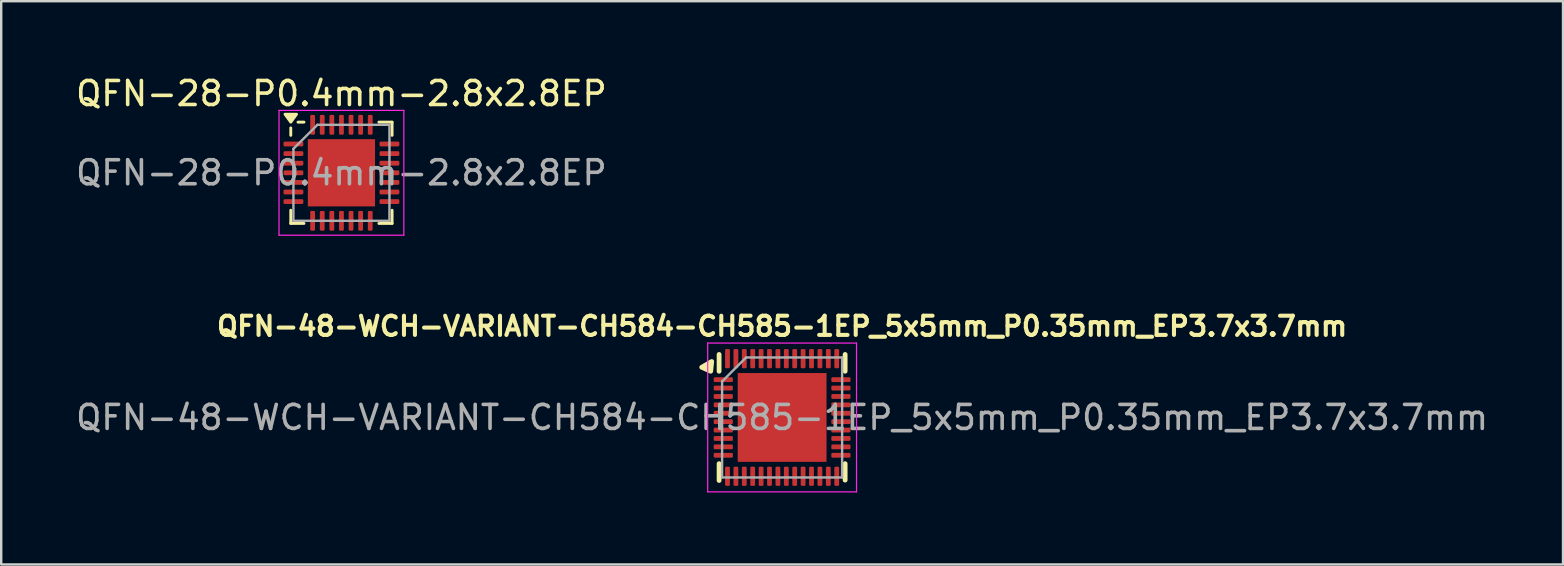
<source format=kicad_pcb>
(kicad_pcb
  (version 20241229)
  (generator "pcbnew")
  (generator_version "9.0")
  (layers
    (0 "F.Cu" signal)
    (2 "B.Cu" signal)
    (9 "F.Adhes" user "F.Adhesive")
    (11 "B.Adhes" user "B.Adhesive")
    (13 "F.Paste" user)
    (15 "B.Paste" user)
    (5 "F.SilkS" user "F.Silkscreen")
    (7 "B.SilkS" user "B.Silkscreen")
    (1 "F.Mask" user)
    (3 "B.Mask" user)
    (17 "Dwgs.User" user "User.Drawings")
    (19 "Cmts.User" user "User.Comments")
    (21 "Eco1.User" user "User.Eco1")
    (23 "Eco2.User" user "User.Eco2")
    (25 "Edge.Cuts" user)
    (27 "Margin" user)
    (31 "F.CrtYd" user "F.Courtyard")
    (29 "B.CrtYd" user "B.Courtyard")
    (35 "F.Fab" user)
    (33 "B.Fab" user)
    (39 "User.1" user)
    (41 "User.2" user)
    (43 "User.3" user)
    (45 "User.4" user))
  (footprint "QFN-28-P0.4mm-2.8x2.8EP"
    (layer "F.Cu")
    (at 11.173 4.148)
    (property "Reference" "QFN-28-P0.4mm-2.8x2.8EP" (at 0 -3.3 0) (layer "F.SilkS") (effects (font (size 1 1) (thickness 0.15))))
    (attr smd)
    (fp_line (start -2.11 -1.56) (end -2.11 -1.87) (stroke (width 0.12) (type solid)) (layer "F.SilkS"))
    (fp_line (start -2.11 2.11) (end -2.11 1.56) (stroke (width 0.12) (type solid)) (layer "F.SilkS"))
    (fp_line (start -1.56 -2.11) (end -1.81 -2.11) (stroke (width 0.12) (type solid)) (layer "F.SilkS"))
    (fp_line (start -1.56 2.11) (end -2.11 2.11) (stroke (width 0.12) (type solid)) (layer "F.SilkS"))
    (fp_line (start 1.56 -2.11) (end 2.11 -2.11) (stroke (width 0.12) (type solid)) (layer "F.SilkS"))
    (fp_line (start 1.56 2.11) (end 2.11 2.11) (stroke (width 0.12) (type solid)) (layer "F.SilkS"))
    (fp_line (start 2.11 -2.11) (end 2.11 -1.56) (stroke (width 0.12) (type solid)) (layer "F.SilkS"))
    (fp_line (start 2.11 2.11) (end 2.11 1.56) (stroke (width 0.12) (type solid)) (layer "F.SilkS"))
    (fp_poly (pts (xy -2.11 -2.11) (xy -2.35 -2.44) (xy -1.87 -2.44) (xy -2.11 -2.11)) (stroke (width 0.12) (type solid)) (fill yes) (layer "F.SilkS"))
    (fp_line (start -2.6 -2.6) (end -2.6 2.6) (stroke (width 0.05) (type solid)) (layer "F.CrtYd"))
    (fp_line (start -2.6 2.6) (end 2.6 2.6) (stroke (width 0.05) (type solid)) (layer "F.CrtYd"))
    (fp_line (start 2.6 -2.6) (end -2.6 -2.6) (stroke (width 0.05) (type solid)) (layer "F.CrtYd"))
    (fp_line (start 2.6 2.6) (end 2.6 -2.6) (stroke (width 0.05) (type solid)) (layer "F.CrtYd"))
    (fp_line (start -2 -1) (end -1 -2) (stroke (width 0.1) (type solid)) (layer "F.Fab"))
    (fp_line (start -2 2) (end -2 -1) (stroke (width 0.1) (type solid)) (layer "F.Fab"))
    (fp_line (start -1 -2) (end 2 -2) (stroke (width 0.1) (type solid)) (layer "F.Fab"))
    (fp_line (start 2 -2) (end 2 2) (stroke (width 0.1) (type solid)) (layer "F.Fab"))
    (fp_line (start 2 2) (end -2 2) (stroke (width 0.1) (type solid)) (layer "F.Fab"))
    (fp_text user "${REFERENCE}" (at 0 0 0) (layer "F.Fab") (effects (font (size 1 1) (thickness 0.15))))
    (pad "" smd roundrect (at -0.575 -0.575) (size 0.93 0.93) (layers "F.Paste") (roundrect_rratio 0.25))
    (pad "" smd roundrect (at -0.575 0.575) (size 0.93 0.93) (layers "F.Paste") (roundrect_rratio 0.25))
    (pad "" smd roundrect (at 0.575 -0.575) (size 0.93 0.93) (layers "F.Paste") (roundrect_rratio 0.25))
    (pad "" smd roundrect (at 0.575 0.575) (size 0.93 0.93) (layers "F.Paste") (roundrect_rratio 0.25))
    (pad "1" smd roundrect (at -2 -1.2) (size 0.825 0.2) (layers "F.Cu" "F.Mask" "F.Paste") (roundrect_rratio 0.25))
    (pad "2" smd roundrect (at -2 -0.8) (size 0.825 0.2) (layers "F.Cu" "F.Mask" "F.Paste") (roundrect_rratio 0.25))
    (pad "3" smd roundrect (at -2 -0.4) (size 0.825 0.2) (layers "F.Cu" "F.Mask" "F.Paste") (roundrect_rratio 0.25))
    (pad "4" smd roundrect (at -2 0) (size 0.825 0.2) (layers "F.Cu" "F.Mask" "F.Paste") (roundrect_rratio 0.25))
    (pad "5" smd roundrect (at -2 0.4) (size 0.825 0.2) (layers "F.Cu" "F.Mask" "F.Paste") (roundrect_rratio 0.25))
    (pad "6" smd roundrect (at -2 0.8) (size 0.825 0.2) (layers "F.Cu" "F.Mask" "F.Paste") (roundrect_rratio 0.25))
    (pad "7" smd roundrect (at -2 1.2) (size 0.825 0.2) (layers "F.Cu" "F.Mask" "F.Paste") (roundrect_rratio 0.25))
    (pad "8" smd roundrect (at -1.2 2) (size 0.2 0.825) (layers "F.Cu" "F.Mask" "F.Paste") (roundrect_rratio 0.25))
    (pad "9" smd roundrect (at -0.8 2) (size 0.2 0.825) (layers "F.Cu" "F.Mask" "F.Paste") (roundrect_rratio 0.25))
    (pad "10" smd roundrect (at -0.4 2) (size 0.2 0.825) (layers "F.Cu" "F.Mask" "F.Paste") (roundrect_rratio 0.25))
    (pad "11" smd roundrect (at 0 2) (size 0.2 0.825) (layers "F.Cu" "F.Mask" "F.Paste") (roundrect_rratio 0.25))
    (pad "12" smd roundrect (at 0.4 2) (size 0.2 0.825) (layers "F.Cu" "F.Mask" "F.Paste") (roundrect_rratio 0.25))
    (pad "13" smd roundrect (at 0.8 2) (size 0.2 0.825) (layers "F.Cu" "F.Mask" "F.Paste") (roundrect_rratio 0.25))
    (pad "14" smd roundrect (at 1.2 2) (size 0.2 0.825) (layers "F.Cu" "F.Mask" "F.Paste") (roundrect_rratio 0.25))
    (pad "15" smd roundrect (at 2 1.2) (size 0.825 0.2) (layers "F.Cu" "F.Mask" "F.Paste") (roundrect_rratio 0.25))
    (pad "16" smd roundrect (at 2 0.8) (size 0.825 0.2) (layers "F.Cu" "F.Mask" "F.Paste") (roundrect_rratio 0.25))
    (pad "17" smd roundrect (at 2 0.4) (size 0.825 0.2) (layers "F.Cu" "F.Mask" "F.Paste") (roundrect_rratio 0.25))
    (pad "18" smd roundrect (at 2 0) (size 0.825 0.2) (layers "F.Cu" "F.Mask" "F.Paste") (roundrect_rratio 0.25))
    (pad "19" smd roundrect (at 2 -0.4) (size 0.825 0.2) (layers "F.Cu" "F.Mask" "F.Paste") (roundrect_rratio 0.25))
    (pad "20" smd roundrect (at 2 -0.8) (size 0.825 0.2) (layers "F.Cu" "F.Mask" "F.Paste") (roundrect_rratio 0.25))
    (pad "21" smd roundrect (at 2 -1.2) (size 0.825 0.2) (layers "F.Cu" "F.Mask" "F.Paste") (roundrect_rratio 0.25))
    (pad "22" smd roundrect (at 1.2 -2) (size 0.2 0.825) (layers "F.Cu" "F.Mask" "F.Paste") (roundrect_rratio 0.25))
    (pad "23" smd roundrect (at 0.8 -2) (size 0.2 0.825) (layers "F.Cu" "F.Mask" "F.Paste") (roundrect_rratio 0.25))
    (pad "24" smd roundrect (at 0.4 -2) (size 0.2 0.825) (layers "F.Cu" "F.Mask" "F.Paste") (roundrect_rratio 0.25))
    (pad "25" smd roundrect (at 0 -2) (size 0.2 0.825) (layers "F.Cu" "F.Mask" "F.Paste") (roundrect_rratio 0.25))
    (pad "26" smd roundrect (at -0.4 -2) (size 0.2 0.825) (layers "F.Cu" "F.Mask" "F.Paste") (roundrect_rratio 0.25))
    (pad "27" smd roundrect (at -0.8 -2) (size 0.2 0.825) (layers "F.Cu" "F.Mask" "F.Paste") (roundrect_rratio 0.25))
    (pad "28" smd roundrect (at -1.2 -2) (size 0.2 0.825) (layers "F.Cu" "F.Mask" "F.Paste") (roundrect_rratio 0.25))
    (pad "29" smd rect (at 0 0) (size 2.8 2.8) (property pad_prop_heatsink) (layers "F.Cu" "F.Mask")))
  (footprint "QFN-48-WCH-VARIANT-CH584-CH585-1EP_5x5mm_P0.35mm_EP3.7x3.7mm"
    (layer "F.Cu")
    (at 29.53 14.34)
    (property "Reference" "QFN-48-WCH-VARIANT-CH584-CH585-1EP_5x5mm_P0.35mm_EP3.7x3.7mm" (at 0 -3.8 0) (unlocked yes) (layer "F.SilkS") (effects (font (size 0.8 0.8) (thickness 0.17))))
    (attr smd)
    (fp_line (start -2.625 -2.625) (end -2.625 -1.925) (stroke (width 0.2) (type solid)) (layer "F.SilkS"))
    (fp_line (start -2.625 1.925) (end -2.625 2.625) (stroke (width 0.2) (type solid)) (layer "F.SilkS"))
    (fp_line (start 2.625 -1.925) (end 2.625 -2.625) (stroke (width 0.2) (type solid)) (layer "F.SilkS"))
    (fp_line (start 2.625 1.925) (end 2.625 2.61) (stroke (width 0.2) (type solid)) (layer "F.SilkS"))
    (fp_poly (pts (xy -2.975 -1.925) (xy -3.348 -2.091) (xy -2.932 -2.331) (xy -2.975 -1.925)) (stroke (width 0.2) (type solid)) (fill yes) (layer "F.SilkS"))
    (fp_line (start -3.1 -3.1) (end -3.1 3.1) (stroke (width 0.05) (type solid)) (layer "F.CrtYd"))
    (fp_line (start -3.1 3.1) (end 3.1 3.1) (stroke (width 0.05) (type solid)) (layer "F.CrtYd"))
    (fp_line (start 3.1 -3.1) (end -3.1 -3.1) (stroke (width 0.05) (type solid)) (layer "F.CrtYd"))
    (fp_line (start 3.1 3.1) (end 3.1 -3.1) (stroke (width 0.05) (type solid)) (layer "F.CrtYd"))
    (fp_line (start -2.5 2.5) (end -2.5 -1.5) (stroke (width 0.1) (type solid)) (layer "F.Fab"))
    (fp_line (start -2.5 -1.5) (end -1.5 -2.5) (stroke (width 0.1) (type solid)) (layer "F.Fab"))
    (fp_line (start -1.5 -2.5) (end 2.5 -2.5) (stroke (width 0.1) (type solid)) (layer "F.Fab"))
    (fp_line (start 2.5 2.5) (end -2.5 2.5) (stroke (width 0.1) (type solid)) (layer "F.Fab"))
    (fp_line (start 2.5 -2.5) (end 2.5 2.5) (stroke (width 0.1) (type solid)) (layer "F.Fab"))
    (fp_text user "${REFERENCE}" (at 0 0 0) (unlocked yes) (layer "F.Fab") (effects (font (size 1 1) (thickness 0.15))))
    (pad "" smd roundrect (at -1.23 -1.23) (size 0.99 0.99) (layers "F.Paste") (roundrect_rratio 0.25))
    (pad "" smd roundrect (at -1.23 0) (size 0.99 0.99) (layers "F.Paste") (roundrect_rratio 0.25))
    (pad "" smd roundrect (at -1.23 1.23) (size 0.99 0.99) (layers "F.Paste") (roundrect_rratio 0.25))
    (pad "" smd roundrect (at 0 -1.23) (size 0.99 0.99) (layers "F.Paste") (roundrect_rratio 0.25))
    (pad "" smd roundrect (at 0 0) (size 0.99 0.99) (layers "F.Paste") (roundrect_rratio 0.25))
    (pad "" smd roundrect (at 0 1.23) (size 0.99 0.99) (layers "F.Paste") (roundrect_rratio 0.25))
    (pad "" smd roundrect (at 1.23 -1.23) (size 0.99 0.99) (layers "F.Paste") (roundrect_rratio 0.25))
    (pad "" smd roundrect (at 1.23 0) (size 0.99 0.99) (layers "F.Paste") (roundrect_rratio 0.25))
    (pad "" smd roundrect (at 1.23 1.23) (size 0.99 0.99) (layers "F.Paste") (roundrect_rratio 0.25))
    (pad "1" smd roundrect (at -2.45 -1.575) (size 0.8 0.2) (layers "F.Cu" "F.Mask" "F.Paste") (roundrect_rratio 0.25))
    (pad "2" smd roundrect (at -2.45 -1.225) (size 0.8 0.2) (layers "F.Cu" "F.Mask" "F.Paste") (roundrect_rratio 0.25))
    (pad "3" smd roundrect (at -2.45 -0.875) (size 0.8 0.2) (layers "F.Cu" "F.Mask" "F.Paste") (roundrect_rratio 0.25))
    (pad "4" smd roundrect (at -2.45 -0.525) (size 0.8 0.2) (layers "F.Cu" "F.Mask" "F.Paste") (roundrect_rratio 0.25))
    (pad "5" smd roundrect (at -2.45 -0.175) (size 0.8 0.2) (layers "F.Cu" "F.Mask" "F.Paste") (roundrect_rratio 0.25))
    (pad "6" smd roundrect (at -2.45 0.175) (size 0.8 0.2) (layers "F.Cu" "F.Mask" "F.Paste") (roundrect_rratio 0.25))
    (pad "7" smd roundrect (at -2.45 0.525) (size 0.8 0.2) (layers "F.Cu" "F.Mask" "F.Paste") (roundrect_rratio 0.25))
    (pad "8" smd roundrect (at -2.45 0.875) (size 0.8 0.2) (layers "F.Cu" "F.Mask" "F.Paste") (roundrect_rratio 0.25))
    (pad "9" smd roundrect (at -2.45 1.225) (size 0.8 0.2) (layers "F.Cu" "F.Mask" "F.Paste") (roundrect_rratio 0.25))
    (pad "10" smd roundrect (at -2.45 1.575) (size 0.8 0.2) (layers "F.Cu" "F.Mask" "F.Paste") (roundrect_rratio 0.25))
    (pad "11" smd roundrect (at -2.275 2.45 90) (size 0.8 0.2) (layers "F.Cu" "F.Mask" "F.Paste") (roundrect_rratio 0.25))
    (pad "12" smd roundrect (at -1.925 2.45 90) (size 0.8 0.2) (layers "F.Cu" "F.Mask" "F.Paste") (roundrect_rratio 0.25))
    (pad "13" smd roundrect (at -1.575 2.45 90) (size 0.8 0.2) (layers "F.Cu" "F.Mask" "F.Paste") (roundrect_rratio 0.25))
    (pad "14" smd roundrect (at -1.225 2.45 90) (size 0.8 0.2) (layers "F.Cu" "F.Mask" "F.Paste") (roundrect_rratio 0.25))
    (pad "15" smd roundrect (at -0.875 2.45) (size 0.2 0.8) (layers "F.Cu" "F.Mask" "F.Paste") (roundrect_rratio 0.25))
    (pad "16" smd roundrect (at -0.525 2.45) (size 0.2 0.8) (layers "F.Cu" "F.Mask" "F.Paste") (roundrect_rratio 0.25))
    (pad "17" smd roundrect (at -0.175 2.45) (size 0.2 0.8) (layers "F.Cu" "F.Mask" "F.Paste") (roundrect_rratio 0.25))
    (pad "18" smd roundrect (at 0.175 2.45) (size 0.2 0.8) (layers "F.Cu" "F.Mask" "F.Paste") (roundrect_rratio 0.25))
    (pad "19" smd roundrect (at 0.525 2.45) (size 0.2 0.8) (layers "F.Cu" "F.Mask" "F.Paste") (roundrect_rratio 0.25))
    (pad "20" smd roundrect (at 0.875 2.45) (size 0.2 0.8) (layers "F.Cu" "F.Mask" "F.Paste") (roundrect_rratio 0.25))
    (pad "21" smd roundrect (at 1.225 2.45) (size 0.2 0.8) (layers "F.Cu" "F.Mask" "F.Paste") (roundrect_rratio 0.25))
    (pad "22" smd roundrect (at 1.575 2.45) (size 0.2 0.8) (layers "F.Cu" "F.Mask" "F.Paste") (roundrect_rratio 0.25))
    (pad "23" smd roundrect (at 1.925 2.45) (size 0.2 0.8) (layers "F.Cu" "F.Mask" "F.Paste") (roundrect_rratio 0.25))
    (pad "24" smd roundrect (at 2.275 2.45) (size 0.2 0.8) (layers "F.Cu" "F.Mask" "F.Paste") (roundrect_rratio 0.25))
    (pad "25" smd roundrect (at 2.45 1.575) (size 0.8 0.2) (layers "F.Cu" "F.Mask" "F.Paste") (roundrect_rratio 0.25))
    (pad "26" smd roundrect (at 2.45 1.225) (size 0.8 0.2) (layers "F.Cu" "F.Mask" "F.Paste") (roundrect_rratio 0.25))
    (pad "27" smd roundrect (at 2.45 0.875) (size 0.8 0.2) (layers "F.Cu" "F.Mask" "F.Paste") (roundrect_rratio 0.25))
    (pad "28" smd roundrect (at 2.45 0.525) (size 0.8 0.2) (layers "F.Cu" "F.Mask" "F.Paste") (roundrect_rratio 0.25))
    (pad "29" smd roundrect (at 2.45 0.175) (size 0.8 0.2) (layers "F.Cu" "F.Mask" "F.Paste") (roundrect_rratio 0.25))
    (pad "30" smd roundrect (at 2.45 -0.175) (size 0.8 0.2) (layers "F.Cu" "F.Mask" "F.Paste") (roundrect_rratio 0.25))
    (pad "31" smd roundrect (at 2.45 -0.525) (size 0.8 0.2) (layers "F.Cu" "F.Mask" "F.Paste") (roundrect_rratio 0.25))
    (pad "32" smd roundrect (at 2.45 -0.875) (size 0.8 0.2) (layers "F.Cu" "F.Mask" "F.Paste") (roundrect_rratio 0.25))
    (pad "33" smd roundrect (at 2.45 -1.225) (size 0.8 0.2) (layers "F.Cu" "F.Mask" "F.Paste") (roundrect_rratio 0.25))
    (pad "34" smd roundrect (at 2.45 -1.575) (size 0.8 0.2) (layers "F.Cu" "F.Mask" "F.Paste") (roundrect_rratio 0.25))
    (pad "35" smd roundrect (at 2.275 -2.45 90) (size 0.8 0.2) (layers "F.Cu" "F.Mask" "F.Paste") (roundrect_rratio 0.25))
    (pad "36" smd roundrect (at 1.925 -2.45 90) (size 0.8 0.2) (layers "F.Cu" "F.Mask" "F.Paste") (roundrect_rratio 0.25))
    (pad "37" smd roundrect (at 1.575 -2.45 90) (size 0.8 0.2) (layers "F.Cu" "F.Mask" "F.Paste") (roundrect_rratio 0.25))
    (pad "38" smd roundrect (at 1.225 -2.45 90) (size 0.8 0.2) (layers "F.Cu" "F.Mask" "F.Paste") (roundrect_rratio 0.25))
    (pad "39" smd roundrect (at 0.875 -2.45) (size 0.2 0.8) (layers "F.Cu" "F.Mask" "F.Paste") (roundrect_rratio 0.25))
    (pad "40" smd roundrect (at 0.525 -2.45) (size 0.2 0.8) (layers "F.Cu" "F.Mask" "F.Paste") (roundrect_rratio 0.25))
    (pad "41" smd roundrect (at 0.175 -2.45) (size 0.2 0.8) (layers "F.Cu" "F.Mask" "F.Paste") (roundrect_rratio 0.25))
    (pad "42" smd roundrect (at -0.175 -2.45) (size 0.2 0.8) (layers "F.Cu" "F.Mask" "F.Paste") (roundrect_rratio 0.25))
    (pad "43" smd roundrect (at -0.525 -2.45) (size 0.2 0.8) (layers "F.Cu" "F.Mask" "F.Paste") (roundrect_rratio 0.25))
    (pad "44" smd roundrect (at -0.875 -2.45) (size 0.2 0.8) (layers "F.Cu" "F.Mask" "F.Paste") (roundrect_rratio 0.25))
    (pad "45" smd roundrect (at -1.225 -2.45) (size 0.2 0.8) (layers "F.Cu" "F.Mask" "F.Paste") (roundrect_rratio 0.25))
    (pad "46" smd roundrect (at -1.575 -2.45) (size 0.2 0.8) (layers "F.Cu" "F.Mask" "F.Paste") (roundrect_rratio 0.25))
    (pad "47" smd roundrect (at -1.925 -2.45) (size 0.2 0.8) (layers "F.Cu" "F.Mask" "F.Paste") (roundrect_rratio 0.25))
    (pad "48" smd roundrect (at -2.275 -2.45) (size 0.2 0.8) (layers "F.Cu" "F.Mask" "F.Paste") (roundrect_rratio 0.25))
    (pad "49" smd rect (at 0 0) (size 3.7 3.7) (property pad_prop_heatsink) (layers "F.Cu" "F.Mask")))
  (gr_rect
    (start -3 -3)
    (end 62.06 20.465)
    (stroke (width 0.1) (type default))
    (fill no)
    (layer "Edge.Cuts")))
</source>
